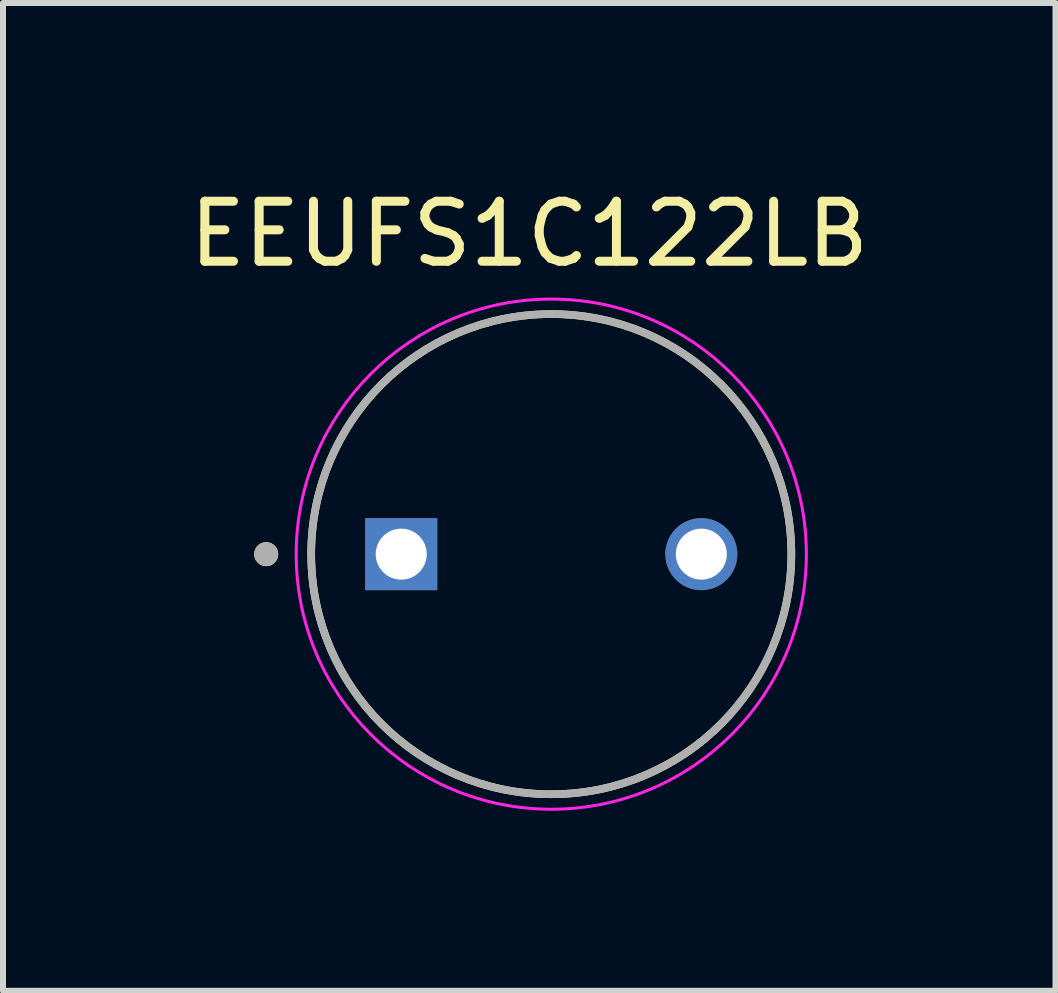
<source format=kicad_pcb>
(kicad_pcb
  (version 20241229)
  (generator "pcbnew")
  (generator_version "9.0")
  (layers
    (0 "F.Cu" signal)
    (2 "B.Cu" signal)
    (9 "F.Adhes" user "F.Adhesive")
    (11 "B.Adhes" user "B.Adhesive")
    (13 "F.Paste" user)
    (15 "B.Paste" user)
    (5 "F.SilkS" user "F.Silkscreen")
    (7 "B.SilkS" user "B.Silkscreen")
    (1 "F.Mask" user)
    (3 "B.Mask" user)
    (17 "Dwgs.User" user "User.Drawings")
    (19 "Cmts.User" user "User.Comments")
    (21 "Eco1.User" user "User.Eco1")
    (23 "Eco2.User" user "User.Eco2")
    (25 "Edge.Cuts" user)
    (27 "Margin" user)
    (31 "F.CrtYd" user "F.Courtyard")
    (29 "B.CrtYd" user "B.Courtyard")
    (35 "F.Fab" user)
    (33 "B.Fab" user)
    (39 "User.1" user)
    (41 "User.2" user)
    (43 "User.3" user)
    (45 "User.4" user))
  (footprint "EEUFS1C122LB"
    (layer "F.Cu")
    (at 6.135 6.183)
    (property "Reference" "EEUFS1C122LB" (at -0.367 -5.335 0) (layer "F.SilkS") (effects (font (size 1 1) (thickness 0.15))))
    (attr through_hole)
    (fp_circle (center -4.75 0) (end -4.65 0) (stroke (width 0.2) (type solid)) (fill no) (layer "F.SilkS"))
    (fp_circle (center 0 0) (end 4 0) (stroke (width 0.127) (type solid)) (fill no) (layer "F.SilkS"))
    (fp_circle (center 0 0) (end 4.25 0) (stroke (width 0.05) (type solid)) (fill no) (layer "F.CrtYd"))
    (fp_circle (center -4.75 0) (end -4.65 0) (stroke (width 0.2) (type solid)) (fill no) (layer "F.Fab"))
    (fp_circle (center 0 0) (end 4 0) (stroke (width 0.127) (type solid)) (fill no) (layer "F.Fab"))
    (pad "N" thru_hole circle (at 2.5 0) (size 1.2 1.2) (drill 0.85) (layers "*.Cu" "*.Mask"))
    (pad "P" thru_hole rect (at -2.5 0) (size 1.2 1.2) (drill 0.85) (layers "*.Cu" "*.Mask")))
  (gr_rect
    (start -3 -3)
    (end 14.536 13.458)
    (stroke (width 0.1) (type default))
    (fill no)
    (layer "Edge.Cuts")))
</source>
